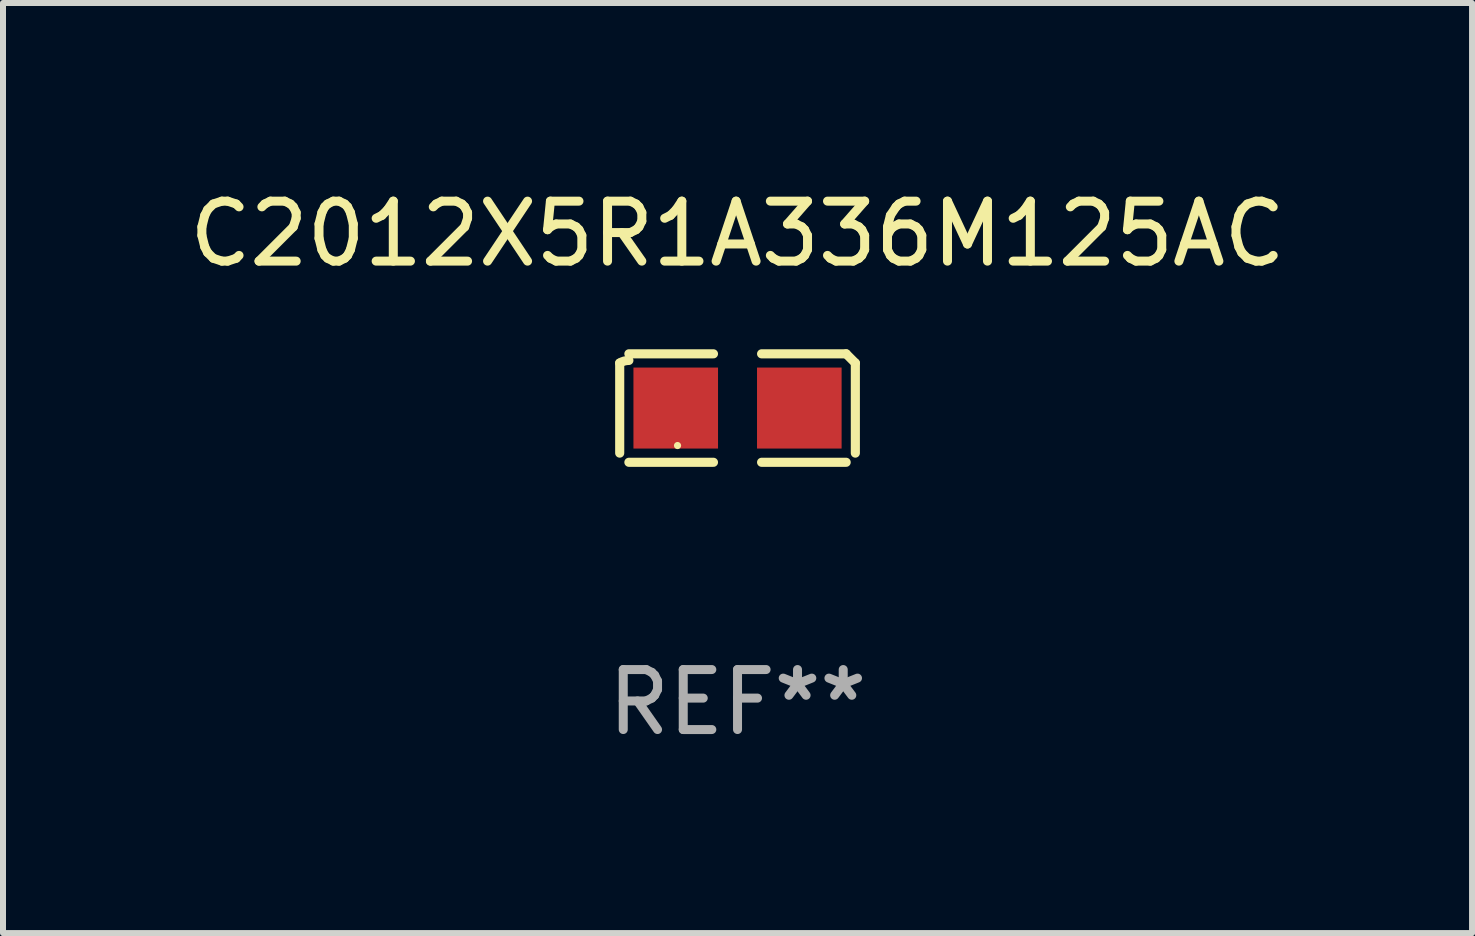
<source format=kicad_pcb>
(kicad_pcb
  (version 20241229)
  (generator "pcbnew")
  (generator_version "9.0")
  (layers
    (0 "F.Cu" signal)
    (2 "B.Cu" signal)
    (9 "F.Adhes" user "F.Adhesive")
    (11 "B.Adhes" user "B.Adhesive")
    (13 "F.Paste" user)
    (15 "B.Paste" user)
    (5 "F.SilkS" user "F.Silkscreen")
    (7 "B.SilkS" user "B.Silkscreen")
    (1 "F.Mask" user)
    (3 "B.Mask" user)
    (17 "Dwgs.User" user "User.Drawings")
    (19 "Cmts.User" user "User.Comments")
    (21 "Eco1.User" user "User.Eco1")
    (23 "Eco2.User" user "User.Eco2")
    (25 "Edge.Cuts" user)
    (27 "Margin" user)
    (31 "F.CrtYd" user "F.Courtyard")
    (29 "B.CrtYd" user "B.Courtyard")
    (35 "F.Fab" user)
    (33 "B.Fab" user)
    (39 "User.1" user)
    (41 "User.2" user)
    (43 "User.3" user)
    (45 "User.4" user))
  (footprint "C2012X5R1A336M125AC"
    (layer "F.Cu")
    (at 9.244 3.752)
    (property "Reference" "C2012X5R1A336M125AC" (at 0 -2.904 0) (layer "F.SilkS") (effects (font (size 1 1) (thickness 0.15))))
    (attr through_hole)
    (fp_line (start -1.964 0.751) (end -1.964 -0.751) (stroke (width 0.152) (type solid)) (layer "F.SilkS"))
    (fp_line (start -1.811 -0.904) (end -0.401 -0.904) (stroke (width 0.152) (type solid)) (layer "F.SilkS"))
    (fp_line (start -0.401 0.904) (end -1.811 0.904) (stroke (width 0.152) (type solid)) (layer "F.SilkS"))
    (fp_line (start 0.401 0.904) (end 1.811 0.904) (stroke (width 0.152) (type solid)) (layer "F.SilkS"))
    (fp_line (start 1.811 -0.904) (end 0.401 -0.904) (stroke (width 0.152) (type solid)) (layer "F.SilkS"))
    (fp_line (start 1.964 0.751) (end 1.964 -0.751) (stroke (width 0.152) (type solid)) (layer "F.SilkS"))
    (fp_arc (start -1.963602 -0.751207) (mid -1.890354 -0.783131) (end -1.811201 -0.794044) (stroke (width 0.1524) (type solid)) (layer "F.SilkS"))
    (fp_arc (start 1.811202 -0.903607) (mid 1.887413 -0.827418) (end 1.963602 -0.751207) (stroke (width 0.1524) (type solid)) (layer "F.SilkS"))
    (fp_circle (center -1 0.625) (end -0.97 0.625) (stroke (width 0.06) (type solid)) (fill no) (layer "F.SilkS"))
    (fp_text user "REF**" (at 0 4.904 0) (layer "F.Fab") (effects (font (size 1 1) (thickness 0.15))))
    (pad "1" smd rect (at -1.03 0) (size 1.41 1.35) (layers "F.Cu" "F.Mask" "F.Paste"))
    (pad "2" smd rect (at 1.03 0) (size 1.41 1.35) (layers "F.Cu" "F.Mask" "F.Paste")))
  (gr_rect
    (start -3 -3)
    (end 21.488 12.504)
    (stroke (width 0.1) (type default))
    (fill no)
    (layer "Edge.Cuts")))
</source>
